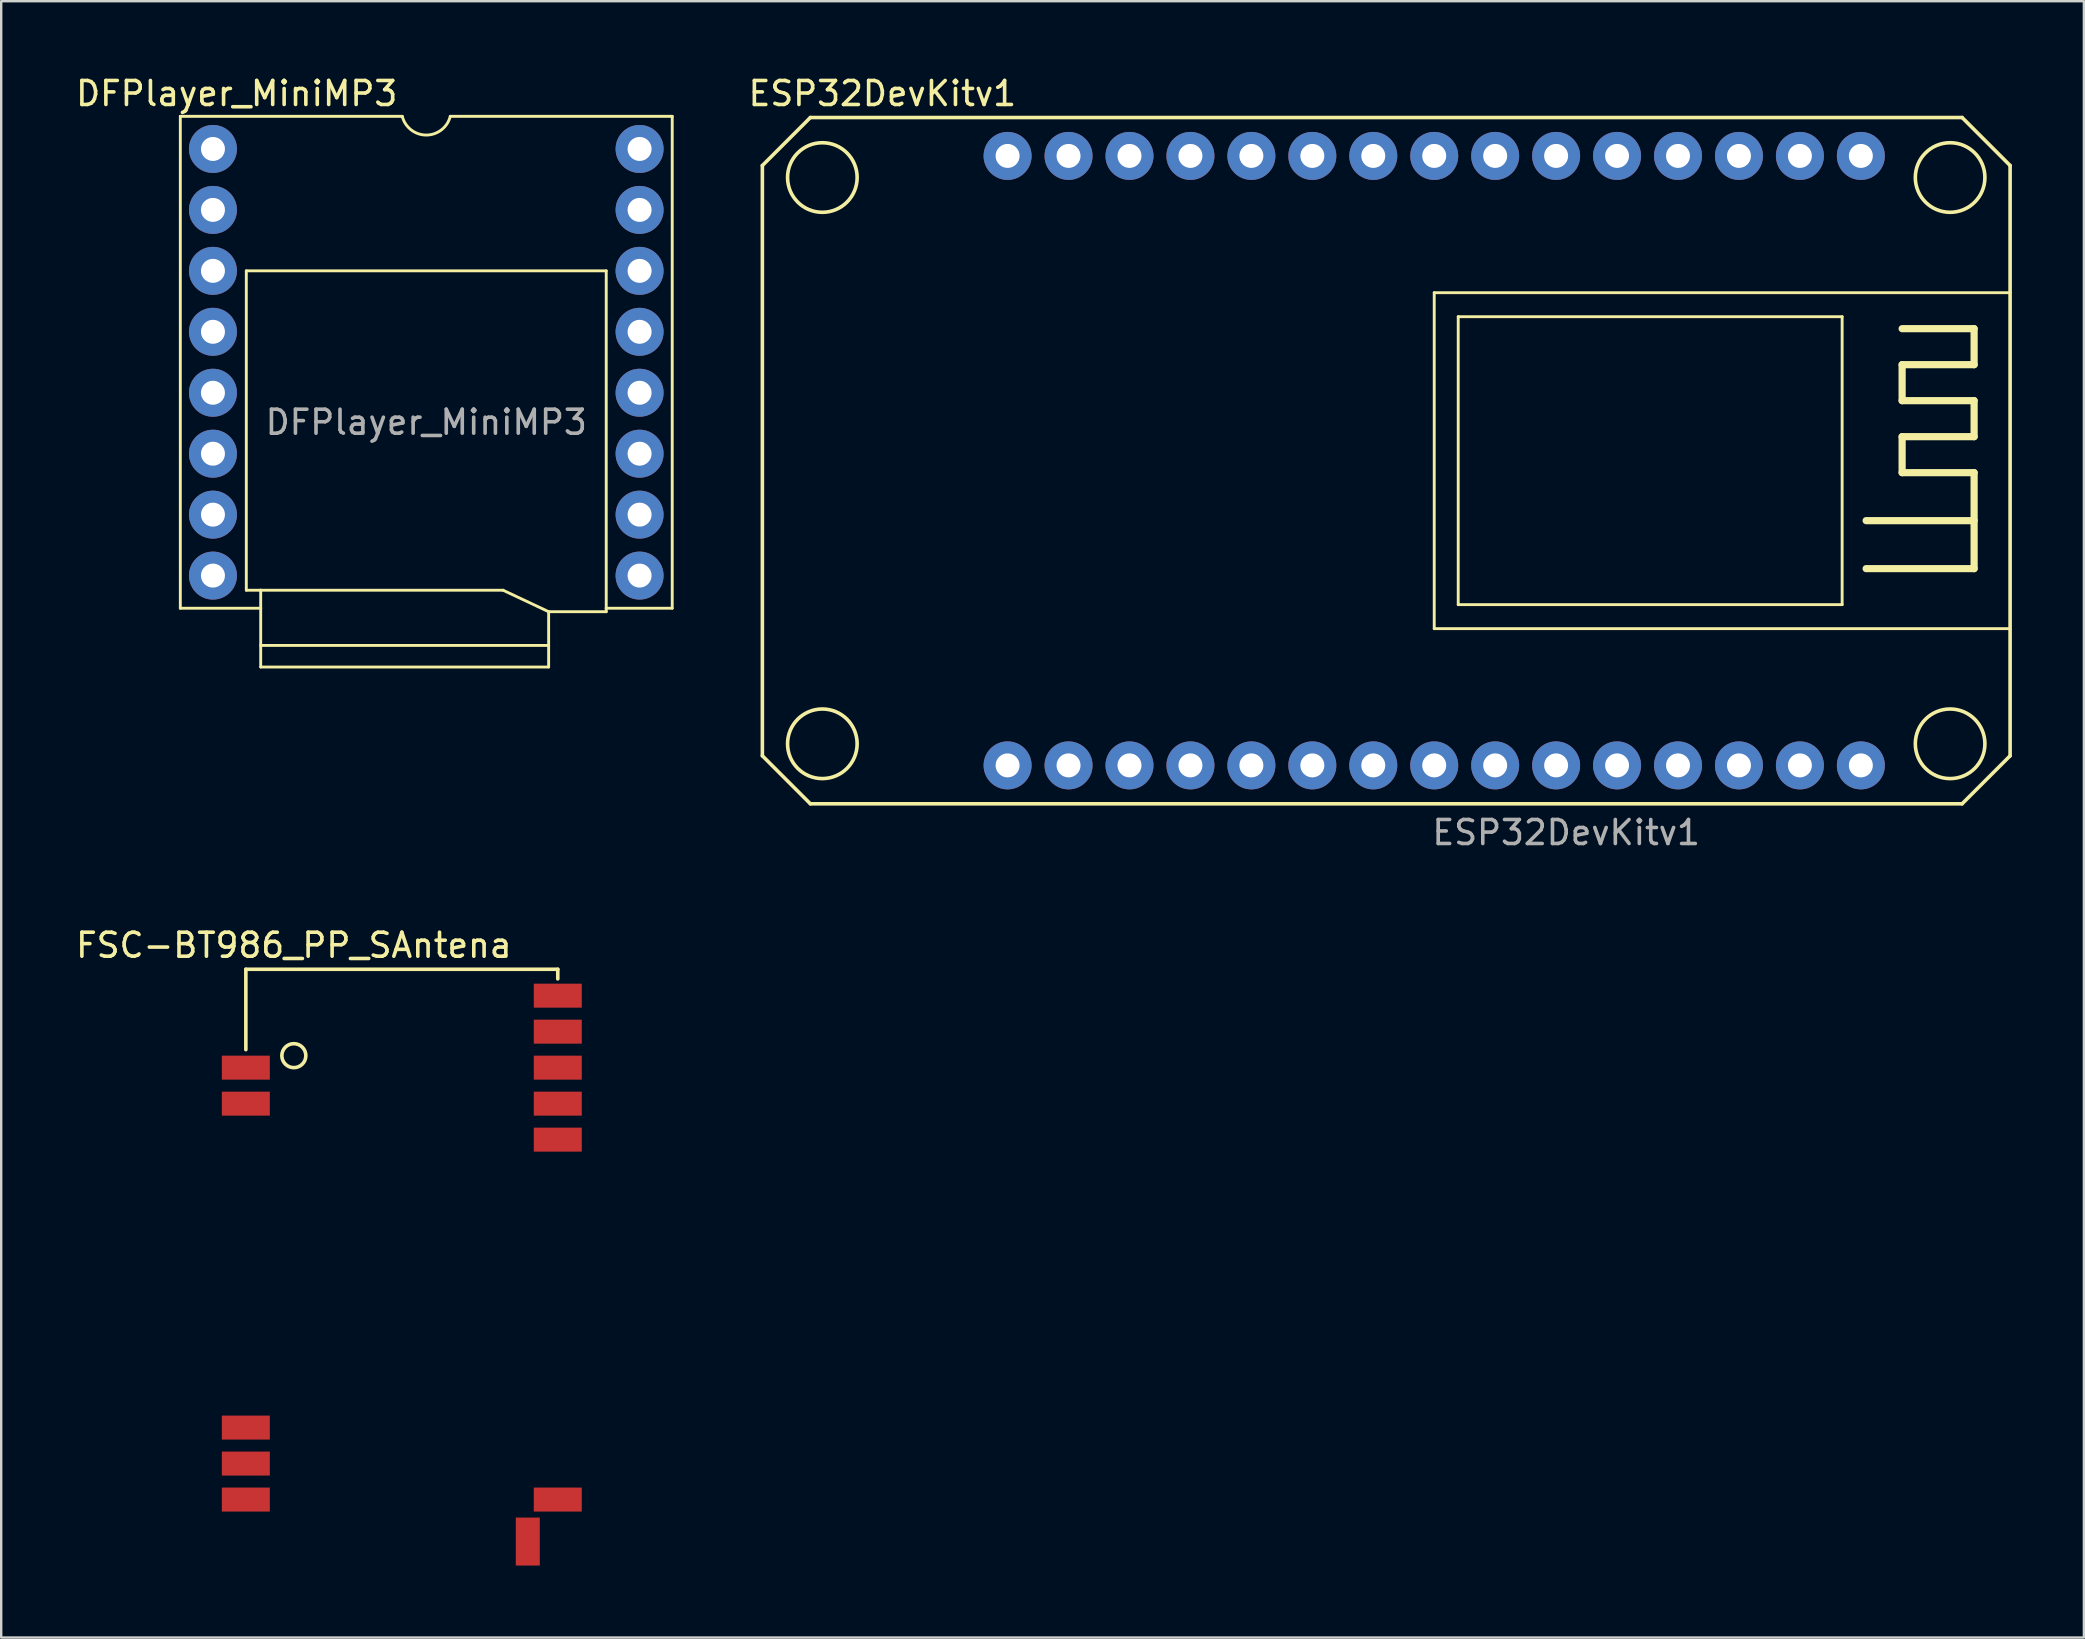
<source format=kicad_pcb>
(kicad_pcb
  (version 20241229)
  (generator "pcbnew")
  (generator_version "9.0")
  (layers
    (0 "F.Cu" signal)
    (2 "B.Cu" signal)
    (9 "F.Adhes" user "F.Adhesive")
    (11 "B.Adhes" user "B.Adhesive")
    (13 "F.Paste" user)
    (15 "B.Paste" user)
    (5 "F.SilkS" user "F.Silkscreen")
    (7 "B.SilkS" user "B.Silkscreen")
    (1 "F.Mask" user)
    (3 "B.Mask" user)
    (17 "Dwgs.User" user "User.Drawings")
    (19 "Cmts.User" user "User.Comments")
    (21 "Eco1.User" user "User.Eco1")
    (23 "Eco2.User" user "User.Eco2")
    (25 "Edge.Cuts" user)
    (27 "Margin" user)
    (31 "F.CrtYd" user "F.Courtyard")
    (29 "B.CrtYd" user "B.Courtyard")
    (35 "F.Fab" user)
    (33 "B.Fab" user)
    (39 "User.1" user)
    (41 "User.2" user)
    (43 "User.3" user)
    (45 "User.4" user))
  (footprint "DFPlayer_MiniMP3"
    (layer "F.Cu")
    (at 14.715 12.048)
    (property "Reference" "DFPlayer_MiniMP3" (at -7.9 -11.2 0) (unlocked yes) (layer "F.SilkS") (effects (font (size 1 1) (thickness 0.15))))
    (attr through_hole)
    (fp_line (start -10.25 -10.25) (end -10.25 10.25) (stroke (width 0.12) (type default)) (layer "F.SilkS"))
    (fp_line (start -10.25 -10.25) (end -1 -10.25) (stroke (width 0.12) (type default)) (layer "F.SilkS"))
    (fp_line (start -10.25 10.25) (end -6.9 10.25) (stroke (width 0.12) (type default)) (layer "F.SilkS"))
    (fp_line (start -7.5 -3.81) (end 7.5 -3.81) (stroke (width 0.12) (type default)) (layer "F.SilkS"))
    (fp_line (start -7.5 9.5) (end -7.5 -3.81) (stroke (width 0.12) (type default)) (layer "F.SilkS"))
    (fp_line (start -6.9 9.5) (end -7.5 9.5) (stroke (width 0.12) (type default)) (layer "F.SilkS"))
    (fp_line (start -6.9 10.25) (end -6.9 9.5) (stroke (width 0.12) (type default)) (layer "F.SilkS"))
    (fp_line (start -6.9 10.25) (end -6.9 12.7) (stroke (width 0.12) (type default)) (layer "F.SilkS"))
    (fp_line (start -6.9 11.8) (end 5.1 11.8) (stroke (width 0.12) (type default)) (layer "F.SilkS"))
    (fp_line (start -6.9 12.7) (end 5.1 12.7) (stroke (width 0.12) (type default)) (layer "F.SilkS"))
    (fp_line (start 1 -10.25) (end 10.25 -10.25) (stroke (width 0.12) (type default)) (layer "F.SilkS"))
    (fp_line (start 3.2 9.5) (end -6.9 9.5) (stroke (width 0.12) (type default)) (layer "F.SilkS"))
    (fp_line (start 5.1 10.395) (end 3.2 9.5) (stroke (width 0.12) (type default)) (layer "F.SilkS"))
    (fp_line (start 5.1 12.7) (end 5.1 10.4) (stroke (width 0.12) (type default)) (layer "F.SilkS"))
    (fp_line (start 7.5 -3.81) (end 7.5 10.25) (stroke (width 0.12) (type default)) (layer "F.SilkS"))
    (fp_line (start 7.5 10.25) (end 7.5 10.395) (stroke (width 0.12) (type default)) (layer "F.SilkS"))
    (fp_line (start 7.5 10.25) (end 10.25 10.25) (stroke (width 0.12) (type default)) (layer "F.SilkS"))
    (fp_line (start 7.5 10.395) (end 5.1 10.395) (stroke (width 0.12) (type default)) (layer "F.SilkS"))
    (fp_line (start 10.25 -10.25) (end 10.25 10.25) (stroke (width 0.12) (type default)) (layer "F.SilkS"))
    (fp_arc (start 1 -10.25) (mid 0 -9.469223) (end -1 -10.25) (stroke (width 0.12) (type default)) (layer "F.SilkS"))
    (fp_text user "${REFERENCE}" (at 0 2.5 0) (unlocked yes) (layer "F.Fab") (effects (font (size 1 1) (thickness 0.15))))
    (pad "1" thru_hole circle (at -8.89 -8.89) (size 2 2) (drill 1) (layers "*.Cu" "*.Mask"))
    (pad "2" thru_hole circle (at -8.89 -6.35) (size 2 2) (drill 1) (layers "*.Cu" "*.Mask"))
    (pad "3" thru_hole circle (at -8.89 -3.81) (size 2 2) (drill 1) (layers "*.Cu" "*.Mask"))
    (pad "4" thru_hole circle (at -8.89 -1.27) (size 2 2) (drill 1) (layers "*.Cu" "*.Mask"))
    (pad "5" thru_hole circle (at -8.89 1.27) (size 2 2) (drill 1) (layers "*.Cu" "*.Mask"))
    (pad "6" thru_hole circle (at -8.89 3.81) (size 2 2) (drill 1) (layers "*.Cu" "*.Mask"))
    (pad "7" thru_hole circle (at -8.89 6.35) (size 2 2) (drill 1) (layers "*.Cu" "*.Mask"))
    (pad "8" thru_hole circle (at -8.89 8.89) (size 2 2) (drill 1) (layers "*.Cu" "*.Mask"))
    (pad "9" thru_hole circle (at 8.89 8.89) (size 2 2) (drill 1) (layers "*.Cu" "*.Mask"))
    (pad "10" thru_hole circle (at 8.89 6.35) (size 2 2) (drill 1) (layers "*.Cu" "*.Mask"))
    (pad "11" thru_hole circle (at 8.89 3.81) (size 2 2) (drill 1) (layers "*.Cu" "*.Mask"))
    (pad "12" thru_hole circle (at 8.89 1.27) (size 2 2) (drill 1) (layers "*.Cu" "*.Mask"))
    (pad "13" thru_hole circle (at 8.89 -1.27) (size 2 2) (drill 1) (layers "*.Cu" "*.Mask"))
    (pad "14" thru_hole circle (at 8.89 -3.81) (size 2 2) (drill 1) (layers "*.Cu" "*.Mask"))
    (pad "15" thru_hole circle (at 8.89 -6.35) (size 2 2) (drill 1) (layers "*.Cu" "*.Mask"))
    (pad "16" thru_hole circle (at 8.89 -8.89) (size 2 2) (drill 1) (layers "*.Cu" "*.Mask")))
  (footprint "ESP32DevKitv1"
    (layer "F.Cu")
    (at 56.722 16.148)
    (property "Reference" "ESP32DevKitv1" (at -23 -15.3 0) (unlocked yes) (layer "F.SilkS") (effects (font (size 1 1) (thickness 0.15))))
    (attr through_hole)
    (fp_line (start -28 -12.3) (end -26 -14.3) (stroke (width 0.15) (type default)) (layer "F.SilkS"))
    (fp_line (start -28 12.3) (end -28 -12.3) (stroke (width 0.15) (type default)) (layer "F.SilkS"))
    (fp_line (start -28 12.3) (end -26 14.3) (stroke (width 0.15) (type default)) (layer "F.SilkS"))
    (fp_line (start -26 -14.3) (end 22 -14.3) (stroke (width 0.15) (type default)) (layer "F.SilkS"))
    (fp_line (start 0 -7) (end 0 7) (stroke (width 0.12) (type default)) (layer "F.SilkS"))
    (fp_line (start 0 7) (end 24 7) (stroke (width 0.12) (type default)) (layer "F.SilkS"))
    (fp_line (start 1 -6) (end 1 6) (stroke (width 0.12) (type default)) (layer "F.SilkS"))
    (fp_line (start 1 6) (end 17 6) (stroke (width 0.12) (type default)) (layer "F.SilkS"))
    (fp_line (start 17 -6) (end 1 -6) (stroke (width 0.12) (type default)) (layer "F.SilkS"))
    (fp_line (start 17 6) (end 17 -6) (stroke (width 0.12) (type default)) (layer "F.SilkS"))
    (fp_line (start 18 2.5) (end 22.5 2.5) (stroke (width 0.3) (type default)) (layer "F.SilkS"))
    (fp_line (start 18 4.5) (end 22.5 4.5) (stroke (width 0.3) (type default)) (layer "F.SilkS"))
    (fp_line (start 19.5 -4) (end 22.5 -4) (stroke (width 0.3) (type default)) (layer "F.SilkS"))
    (fp_line (start 19.5 -2.5) (end 19.5 -4) (stroke (width 0.3) (type default)) (layer "F.SilkS"))
    (fp_line (start 19.5 -1) (end 22.5 -1) (stroke (width 0.3) (type default)) (layer "F.SilkS"))
    (fp_line (start 19.5 0.5) (end 19.5 -1) (stroke (width 0.3) (type default)) (layer "F.SilkS"))
    (fp_line (start 22 -14.3) (end 24 -12.3) (stroke (width 0.15) (type default)) (layer "F.SilkS"))
    (fp_line (start 22 14.3) (end -26 14.3) (stroke (width 0.15) (type default)) (layer "F.SilkS"))
    (fp_line (start 22 14.3) (end 24 12.3) (stroke (width 0.15) (type default)) (layer "F.SilkS"))
    (fp_line (start 22.5 -5.5) (end 19.5 -5.5) (stroke (width 0.3) (type default)) (layer "F.SilkS"))
    (fp_line (start 22.5 -4) (end 22.5 -5.5) (stroke (width 0.3) (type default)) (layer "F.SilkS"))
    (fp_line (start 22.5 -2.5) (end 19.5 -2.5) (stroke (width 0.3) (type default)) (layer "F.SilkS"))
    (fp_line (start 22.5 -1) (end 22.5 -2.5) (stroke (width 0.3) (type default)) (layer "F.SilkS"))
    (fp_line (start 22.5 0.5) (end 19.5 0.5) (stroke (width 0.3) (type default)) (layer "F.SilkS"))
    (fp_line (start 22.5 4.5) (end 22.5 0.5) (stroke (width 0.3) (type default)) (layer "F.SilkS"))
    (fp_line (start 24 -12.3) (end 24 12.3) (stroke (width 0.15) (type default)) (layer "F.SilkS"))
    (fp_line (start 24 -7) (end 0 -7) (stroke (width 0.12) (type default)) (layer "F.SilkS"))
    (fp_circle (center -25.5 -11.8) (end -24.05 -11.8) (stroke (width 0.15) (type default)) (fill no) (layer "F.SilkS"))
    (fp_circle (center -25.5 11.8) (end -24.05 11.8) (stroke (width 0.15) (type default)) (fill no) (layer "F.SilkS"))
    (fp_circle (center 21.5 -11.8) (end 22.95 -11.8) (stroke (width 0.15) (type default)) (fill no) (layer "F.SilkS"))
    (fp_circle (center 21.5 11.8) (end 22.95 11.8) (stroke (width 0.15) (type default)) (fill no) (layer "F.SilkS"))
    (fp_text user "${REFERENCE}" (at 5.5 15.5 0) (unlocked yes) (layer "F.Fab") (effects (font (size 1 1) (thickness 0.15))))
    (pad "1" thru_hole circle (at -17.78 12.7) (size 2 2) (drill 1) (layers "*.Cu" "*.Mask"))
    (pad "2" thru_hole circle (at -15.24 12.7) (size 2 2) (drill 1) (layers "*.Cu" "*.Mask"))
    (pad "3" thru_hole circle (at -12.7 12.7) (size 2 2) (drill 1) (layers "*.Cu" "*.Mask"))
    (pad "4" thru_hole circle (at -10.16 12.7) (size 2 2) (drill 1) (layers "*.Cu" "*.Mask"))
    (pad "5" thru_hole circle (at -7.62 12.7) (size 2 2) (drill 1) (layers "*.Cu" "*.Mask"))
    (pad "6" thru_hole circle (at -5.08 12.7) (size 2 2) (drill 1) (layers "*.Cu" "*.Mask"))
    (pad "7" thru_hole circle (at -2.54 12.7) (size 2 2) (drill 1) (layers "*.Cu" "*.Mask"))
    (pad "8" thru_hole circle (at 0 12.7) (size 2 2) (drill 1) (layers "*.Cu" "*.Mask"))
    (pad "9" thru_hole circle (at 2.54 12.7) (size 2 2) (drill 1) (layers "*.Cu" "*.Mask"))
    (pad "10" thru_hole circle (at 5.08 12.7) (size 2 2) (drill 1) (layers "*.Cu" "*.Mask"))
    (pad "11" thru_hole circle (at 7.62 12.7) (size 2 2) (drill 1) (layers "*.Cu" "*.Mask"))
    (pad "12" thru_hole circle (at 10.16 12.7) (size 2 2) (drill 1) (layers "*.Cu" "*.Mask"))
    (pad "13" thru_hole circle (at 12.7 12.7) (size 2 2) (drill 1) (layers "*.Cu" "*.Mask"))
    (pad "14" thru_hole circle (at 15.24 12.7) (size 2 2) (drill 1) (layers "*.Cu" "*.Mask"))
    (pad "15" thru_hole circle (at 17.78 12.7) (size 2 2) (drill 1) (layers "*.Cu" "*.Mask"))
    (pad "16" thru_hole circle (at 17.78 -12.7) (size 2 2) (drill 1) (layers "*.Cu" "*.Mask"))
    (pad "17" thru_hole circle (at 15.24 -12.7) (size 2 2) (drill 1) (layers "*.Cu" "*.Mask"))
    (pad "18" thru_hole circle (at 12.7 -12.7) (size 2 2) (drill 1) (layers "*.Cu" "*.Mask"))
    (pad "19" thru_hole circle (at 10.16 -12.7) (size 2 2) (drill 1) (layers "*.Cu" "*.Mask"))
    (pad "20" thru_hole circle (at 7.62 -12.7) (size 2 2) (drill 1) (layers "*.Cu" "*.Mask"))
    (pad "21" thru_hole circle (at 5.08 -12.7) (size 2 2) (drill 1) (layers "*.Cu" "*.Mask"))
    (pad "22" thru_hole circle (at 2.54 -12.7) (size 2 2) (drill 1) (layers "*.Cu" "*.Mask"))
    (pad "23" thru_hole circle (at 0 -12.7) (size 2 2) (drill 1) (layers "*.Cu" "*.Mask"))
    (pad "24" thru_hole circle (at -2.54 -12.7) (size 2 2) (drill 1) (layers "*.Cu" "*.Mask"))
    (pad "25" thru_hole circle (at -5.08 -12.7) (size 2 2) (drill 1) (layers "*.Cu" "*.Mask"))
    (pad "26" thru_hole circle (at -7.62 -12.7) (size 2 2) (drill 1) (layers "*.Cu" "*.Mask"))
    (pad "27" thru_hole circle (at -10.16 -12.7) (size 2 2) (drill 1) (layers "*.Cu" "*.Mask"))
    (pad "28" thru_hole circle (at -12.7 -12.7) (size 2 2) (drill 1) (layers "*.Cu" "*.Mask"))
    (pad "29" thru_hole circle (at -15.24 -12.7) (size 2 2) (drill 1) (layers "*.Cu" "*.Mask"))
    (pad "30" thru_hole circle (at -17.78 -12.7) (size 2 2) (drill 1) (layers "*.Cu" "*.Mask")))
  (footprint "FSC-BT986_PP_SAntena"
    (layer "F.Cu")
    (at 13.696 50.445)
    (property "Reference" "FSC-BT986_PP_SAntena" (at -4.5 -14.1 0) (layer "F.SilkS") (effects (font (size 1 1) (thickness 0.15))))
    (attr through_hole)
    (fp_line (start -6.5 -13.1) (end -6.5 -9.75) (stroke (width 0.15) (type solid)) (layer "F.SilkS"))
    (fp_line (start -6.5 -13.1) (end 6.5 -13.1) (stroke (width 0.15) (type solid)) (layer "F.SilkS"))
    (fp_line (start 6.5 -13.1) (end 6.5 -12.7) (stroke (width 0.15) (type solid)) (layer "F.SilkS"))
    (fp_circle (center -4.5 -9.5) (end -4 -9.5) (stroke (width 0.15) (type solid)) (fill no) (layer "F.SilkS"))
    (pad "1" smd rect (at -6.5 -9) (size 2 1) (layers "F.Cu" "F.Mask" "F.Paste"))
    (pad "2" smd rect (at -6.5 -7.5) (size 2 1) (layers "F.Cu" "F.Mask" "F.Paste"))
    (pad "11" smd rect (at -6.5 6) (size 2 1) (layers "F.Cu" "F.Mask" "F.Paste"))
    (pad "12" smd rect (at -6.5 7.5) (size 2 1) (layers "F.Cu" "F.Mask" "F.Paste"))
    (pad "13" smd rect (at -6.5 9) (size 2 1) (layers "F.Cu" "F.Mask" "F.Paste"))
    (pad "21" smd rect (at 5.25 10.75) (size 1 2) (layers "F.Cu" "F.Mask" "F.Paste"))
    (pad "22" smd rect (at 6.5 9) (size 2 1) (layers "F.Cu" "F.Mask" "F.Paste"))
    (pad "32" smd rect (at 6.5 -6) (size 2 1) (layers "F.Cu" "F.Mask" "F.Paste"))
    (pad "33" smd rect (at 6.5 -7.5) (size 2 1) (layers "F.Cu" "F.Mask" "F.Paste"))
    (pad "34" smd rect (at 6.5 -9) (size 2 1) (layers "F.Cu" "F.Mask" "F.Paste"))
    (pad "35" smd rect (at 6.5 -10.5) (size 2 1) (layers "F.Cu" "F.Mask" "F.Paste"))
    (pad "36" smd rect (at 6.5 -12) (size 2 1) (layers "F.Cu" "F.Mask" "F.Paste")))
  (gr_rect
    (start -3 -3)
    (end 83.797 65.195)
    (stroke (width 0.1) (type default))
    (fill no)
    (layer "Edge.Cuts")))
</source>
